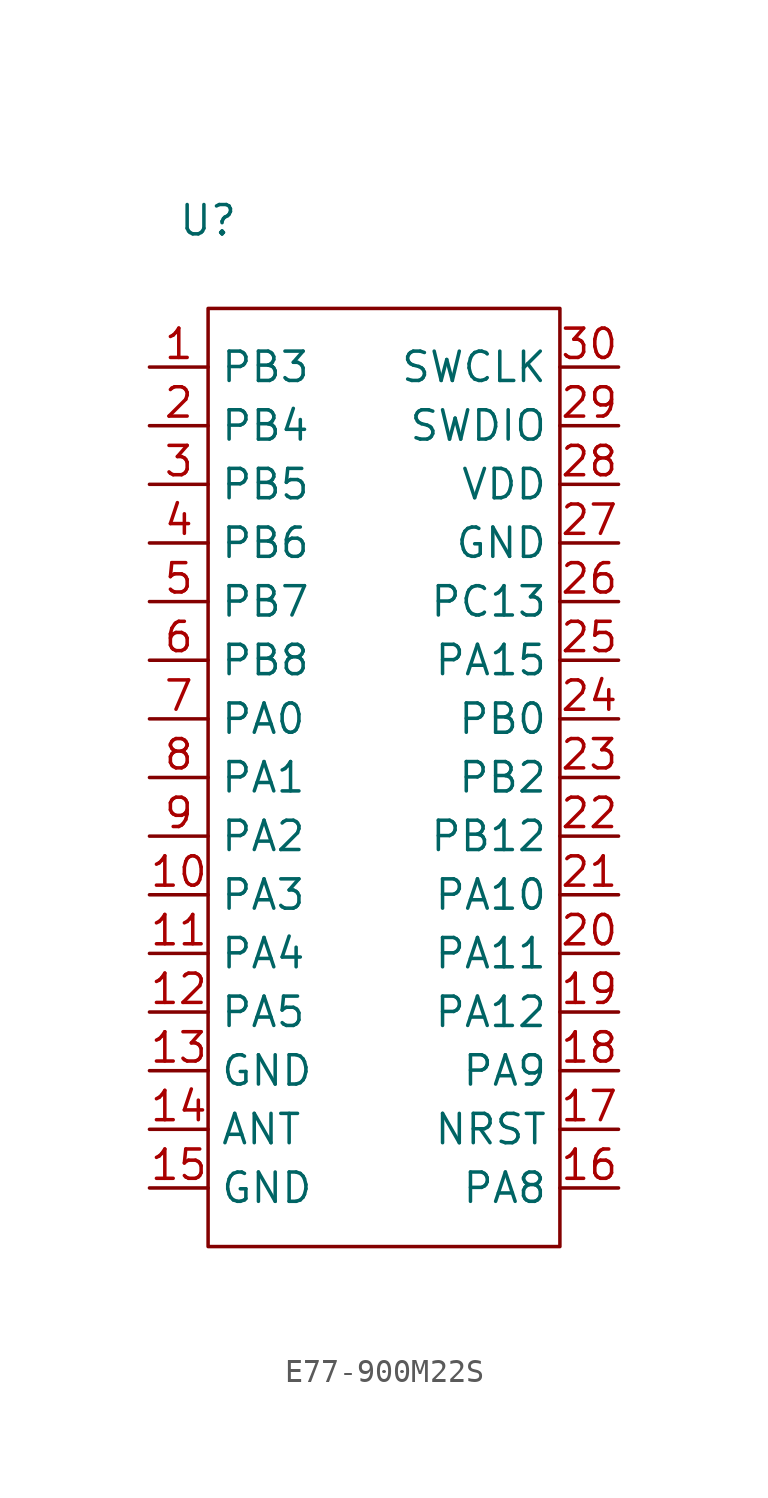
<source format=kicad_sym>
(kicad_symbol_lib
  (version 20230620)
  (generator kicad_symbol_editor)
  (symbol "E77-900M22S"
    (property "Reference" "U"
      (at -7.62 22.86 0)
      (effects (font (size 1.27 1.27))))
    (property "Value" ""
      (at -10.16 19.05 0)
      (effects (font (size 1.27 1.27))))
    (symbol "E77-900M22S_0_1"
      (rectangle (start -7.62 19.05) (end 7.62 -21.59) (stroke (width 0) (type default)) (fill (type none))))
    (symbol "E77-900M22S_1_1"
      (pin bidirectional line (at -10.16 16.51 0) (length 2.54) (name "PB3" (effects (font (size 1.27 1.27)))) (number "1" (effects (font (size 1.27 1.27)))))
      (pin bidirectional line (at -10.16 -6.35 0) (length 2.54) (name "PA3" (effects (font (size 1.27 1.27)))) (number "10" (effects (font (size 1.27 1.27)))))
      (pin bidirectional line (at -10.16 -8.89 0) (length 2.54) (name "PA4" (effects (font (size 1.27 1.27)))) (number "11" (effects (font (size 1.27 1.27)))))
      (pin bidirectional line (at -10.16 -11.43 0) (length 2.54) (name "PA5" (effects (font (size 1.27 1.27)))) (number "12" (effects (font (size 1.27 1.27)))))
      (pin power_in line (at -10.16 -13.97 0) (length 2.54) (name "GND" (effects (font (size 1.27 1.27)))) (number "13" (effects (font (size 1.27 1.27)))))
      (pin output line (at -10.16 -16.51 0) (length 2.54) (name "ANT" (effects (font (size 1.27 1.27)))) (number "14" (effects (font (size 1.27 1.27)))))
      (pin power_in line (at -10.16 -19.05 0) (length 2.54) (name "GND" (effects (font (size 1.27 1.27)))) (number "15" (effects (font (size 1.27 1.27)))))
      (pin bidirectional line (at 10.16 -19.05 180) (length 2.54) (name "PA8" (effects (font (size 1.27 1.27)))) (number "16" (effects (font (size 1.27 1.27)))))
      (pin input line (at 10.16 -16.51 180) (length 2.54) (name "NRST" (effects (font (size 1.27 1.27)))) (number "17" (effects (font (size 1.27 1.27)))))
      (pin bidirectional line (at 10.16 -13.97 180) (length 2.54) (name "PA9" (effects (font (size 1.27 1.27)))) (number "18" (effects (font (size 1.27 1.27)))))
      (pin bidirectional line (at 10.16 -11.43 180) (length 2.54) (name "PA12" (effects (font (size 1.27 1.27)))) (number "19" (effects (font (size 1.27 1.27)))))
      (pin bidirectional line (at -10.16 13.97 0) (length 2.54) (name "PB4" (effects (font (size 1.27 1.27)))) (number "2" (effects (font (size 1.27 1.27)))))
      (pin bidirectional line (at 10.16 -8.89 180) (length 2.54) (name "PA11" (effects (font (size 1.27 1.27)))) (number "20" (effects (font (size 1.27 1.27)))))
      (pin bidirectional line (at 10.16 -6.35 180) (length 2.54) (name "PA10" (effects (font (size 1.27 1.27)))) (number "21" (effects (font (size 1.27 1.27)))))
      (pin bidirectional line (at 10.16 -3.81 180) (length 2.54) (name "PB12" (effects (font (size 1.27 1.27)))) (number "22" (effects (font (size 1.27 1.27)))))
      (pin bidirectional line (at 10.16 -1.27 180) (length 2.54) (name "PB2" (effects (font (size 1.27 1.27)))) (number "23" (effects (font (size 1.27 1.27)))))
      (pin bidirectional line (at 10.16 1.27 180) (length 2.54) (name "PB0" (effects (font (size 1.27 1.27)))) (number "24" (effects (font (size 1.27 1.27)))))
      (pin bidirectional line (at 10.16 3.81 180) (length 2.54) (name "PA15" (effects (font (size 1.27 1.27)))) (number "25" (effects (font (size 1.27 1.27)))))
      (pin bidirectional line (at 10.16 6.35 180) (length 2.54) (name "PC13" (effects (font (size 1.27 1.27)))) (number "26" (effects (font (size 1.27 1.27)))))
      (pin power_in line (at 10.16 8.89 180) (length 2.54) (name "GND" (effects (font (size 1.27 1.27)))) (number "27" (effects (font (size 1.27 1.27)))))
      (pin power_in line (at 10.16 11.43 180) (length 2.54) (name "VDD" (effects (font (size 1.27 1.27)))) (number "28" (effects (font (size 1.27 1.27)))))
      (pin input line (at 10.16 13.97 180) (length 2.54) (name "SWDIO" (effects (font (size 1.27 1.27)))) (number "29" (effects (font (size 1.27 1.27)))))
      (pin bidirectional line (at -10.16 11.43 0) (length 2.54) (name "PB5" (effects (font (size 1.27 1.27)))) (number "3" (effects (font (size 1.27 1.27)))))
      (pin input line (at 10.16 16.51 180) (length 2.54) (name "SWCLK" (effects (font (size 1.27 1.27)))) (number "30" (effects (font (size 1.27 1.27)))))
      (pin bidirectional line (at -10.16 8.89 0) (length 2.54) (name "PB6" (effects (font (size 1.27 1.27)))) (number "4" (effects (font (size 1.27 1.27)))))
      (pin bidirectional line (at -10.16 6.35 0) (length 2.54) (name "PB7" (effects (font (size 1.27 1.27)))) (number "5" (effects (font (size 1.27 1.27)))))
      (pin bidirectional line (at -10.16 3.81 0) (length 2.54) (name "PB8" (effects (font (size 1.27 1.27)))) (number "6" (effects (font (size 1.27 1.27)))))
      (pin bidirectional line (at -10.16 1.27 0) (length 2.54) (name "PA0" (effects (font (size 1.27 1.27)))) (number "7" (effects (font (size 1.27 1.27)))))
      (pin bidirectional line (at -10.16 -1.27 0) (length 2.54) (name "PA1" (effects (font (size 1.27 1.27)))) (number "8" (effects (font (size 1.27 1.27)))))
      (pin bidirectional line (at -10.16 -3.81 0) (length 2.54) (name "PA2" (effects (font (size 1.27 1.27)))) (number "9" (effects (font (size 1.27 1.27))))))))
</source>
